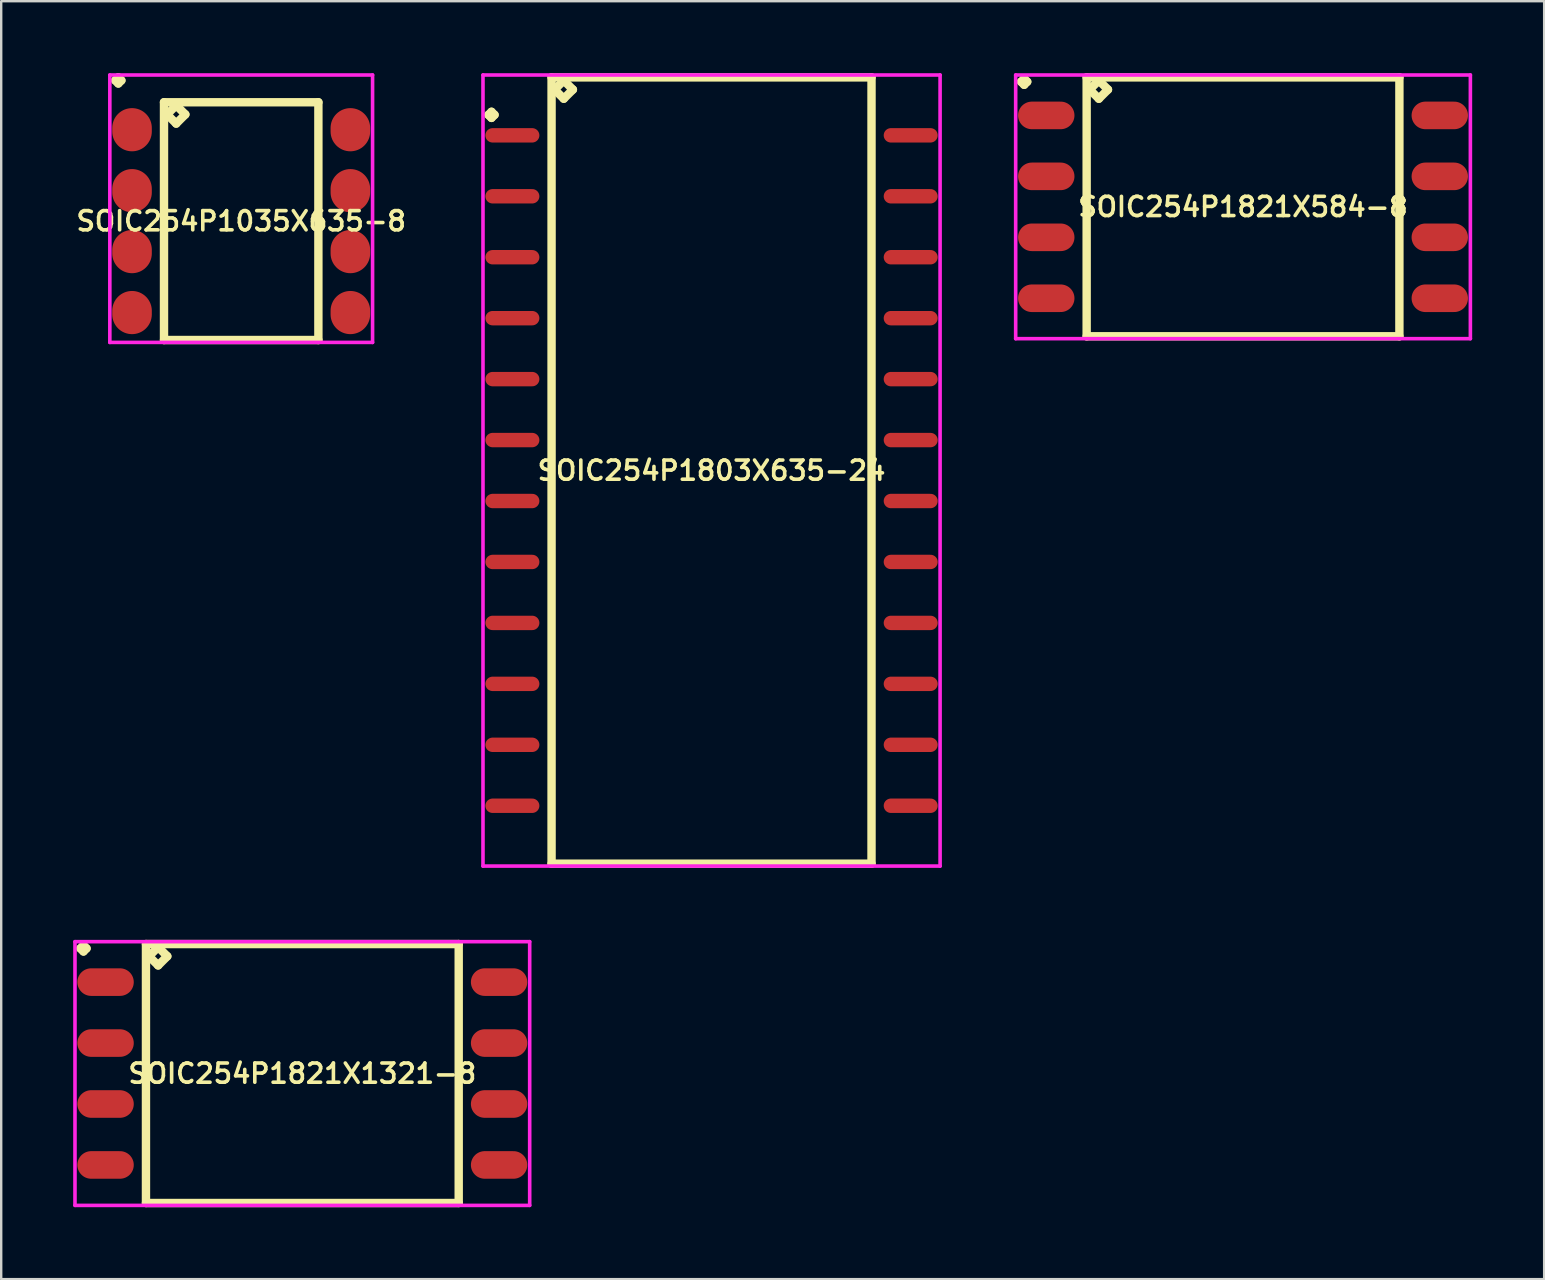
<source format=kicad_pcb>
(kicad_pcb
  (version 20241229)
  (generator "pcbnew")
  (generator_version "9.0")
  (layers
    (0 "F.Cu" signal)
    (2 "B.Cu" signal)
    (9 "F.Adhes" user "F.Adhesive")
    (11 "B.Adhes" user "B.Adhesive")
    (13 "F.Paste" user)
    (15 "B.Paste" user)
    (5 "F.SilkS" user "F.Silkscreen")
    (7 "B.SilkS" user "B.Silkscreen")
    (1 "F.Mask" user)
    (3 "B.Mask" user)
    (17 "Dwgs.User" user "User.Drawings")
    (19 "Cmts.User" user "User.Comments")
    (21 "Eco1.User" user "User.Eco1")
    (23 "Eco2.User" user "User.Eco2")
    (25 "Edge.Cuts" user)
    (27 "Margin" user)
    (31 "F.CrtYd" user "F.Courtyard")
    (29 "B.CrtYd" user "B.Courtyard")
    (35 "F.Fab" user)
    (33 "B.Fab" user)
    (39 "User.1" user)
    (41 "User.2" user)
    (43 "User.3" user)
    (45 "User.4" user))
  (footprint "SOIC254P1803X635-24"
    (layer "F.Cu")
    (at 26.604 16.56)
    (property "Reference" "SOIC254P1803X635-24" (at 0 0 0) (layer "F.SilkS") (effects (font (size 0.8 0.8) (thickness 0.15))))
    (attr smd)
    (fp_line (start -9.298 -14.824) (end -9.171 -14.951) (stroke (width 0.35) (type solid)) (layer "F.SilkS"))
    (fp_line (start -9.171 -14.951) (end -9.044 -14.824) (stroke (width 0.35) (type solid)) (layer "F.SilkS"))
    (fp_line (start -9.171 -14.697) (end -9.298 -14.824) (stroke (width 0.35) (type solid)) (layer "F.SilkS"))
    (fp_line (start -9.044 -14.824) (end -9.171 -14.697) (stroke (width 0.35) (type solid)) (layer "F.SilkS"))
    (fp_line (start -6.667 -16.385) (end -6.667 16.385) (stroke (width 0.35) (type solid)) (layer "F.SilkS"))
    (fp_line (start -6.667 16.385) (end 6.667 16.385) (stroke (width 0.35) (type solid)) (layer "F.SilkS"))
    (fp_line (start -6.54 -15.877) (end -6.159 -16.258) (stroke (width 0.35) (type solid)) (layer "F.SilkS"))
    (fp_line (start -6.159 -16.258) (end -5.778 -15.877) (stroke (width 0.35) (type solid)) (layer "F.SilkS"))
    (fp_line (start -6.159 -15.496) (end -6.54 -15.877) (stroke (width 0.35) (type solid)) (layer "F.SilkS"))
    (fp_line (start -5.778 -15.877) (end -6.159 -15.496) (stroke (width 0.35) (type solid)) (layer "F.SilkS"))
    (fp_line (start 6.667 -16.385) (end -6.667 -16.385) (stroke (width 0.35) (type solid)) (layer "F.SilkS"))
    (fp_line (start 6.667 16.385) (end 6.667 -16.385) (stroke (width 0.35) (type solid)) (layer "F.SilkS"))
    (fp_line (start -9.525 -16.485) (end 9.525 -16.485) (stroke (width 0.15) (type solid)) (layer "F.CrtYd"))
    (fp_line (start -9.525 16.485) (end -9.525 -16.485) (stroke (width 0.15) (type solid)) (layer "F.CrtYd"))
    (fp_line (start 9.525 -16.485) (end 9.525 16.485) (stroke (width 0.15) (type solid)) (layer "F.CrtYd"))
    (fp_line (start 9.525 16.485) (end -9.525 16.485) (stroke (width 0.15) (type solid)) (layer "F.CrtYd"))
    (pad "1" smd oval (at -8.3 -13.97) (size 2.25 0.6) (layers "F.Cu" "F.Mask" "F.Paste"))
    (pad "2" smd oval (at -8.3 -11.43) (size 2.25 0.6) (layers "F.Cu" "F.Mask" "F.Paste"))
    (pad "3" smd oval (at -8.3 -8.89) (size 2.25 0.6) (layers "F.Cu" "F.Mask" "F.Paste"))
    (pad "4" smd oval (at -8.3 -6.35) (size 2.25 0.6) (layers "F.Cu" "F.Mask" "F.Paste"))
    (pad "5" smd oval (at -8.3 -3.81) (size 2.25 0.6) (layers "F.Cu" "F.Mask" "F.Paste"))
    (pad "6" smd oval (at -8.3 -1.27) (size 2.25 0.6) (layers "F.Cu" "F.Mask" "F.Paste"))
    (pad "7" smd oval (at -8.3 1.27) (size 2.25 0.6) (layers "F.Cu" "F.Mask" "F.Paste"))
    (pad "8" smd oval (at -8.3 3.81) (size 2.25 0.6) (layers "F.Cu" "F.Mask" "F.Paste"))
    (pad "9" smd oval (at -8.3 6.35) (size 2.25 0.6) (layers "F.Cu" "F.Mask" "F.Paste"))
    (pad "10" smd oval (at -8.3 8.89) (size 2.25 0.6) (layers "F.Cu" "F.Mask" "F.Paste"))
    (pad "11" smd oval (at -8.3 11.43) (size 2.25 0.6) (layers "F.Cu" "F.Mask" "F.Paste"))
    (pad "12" smd oval (at -8.3 13.97) (size 2.25 0.6) (layers "F.Cu" "F.Mask" "F.Paste"))
    (pad "13" smd oval (at 8.3 13.97) (size 2.25 0.6) (layers "F.Cu" "F.Mask" "F.Paste"))
    (pad "14" smd oval (at 8.3 11.43) (size 2.25 0.6) (layers "F.Cu" "F.Mask" "F.Paste"))
    (pad "15" smd oval (at 8.3 8.89) (size 2.25 0.6) (layers "F.Cu" "F.Mask" "F.Paste"))
    (pad "16" smd oval (at 8.3 6.35) (size 2.25 0.6) (layers "F.Cu" "F.Mask" "F.Paste"))
    (pad "17" smd oval (at 8.3 3.81) (size 2.25 0.6) (layers "F.Cu" "F.Mask" "F.Paste"))
    (pad "18" smd oval (at 8.3 1.27) (size 2.25 0.6) (layers "F.Cu" "F.Mask" "F.Paste"))
    (pad "19" smd oval (at 8.3 -1.27) (size 2.25 0.6) (layers "F.Cu" "F.Mask" "F.Paste"))
    (pad "20" smd oval (at 8.3 -3.81) (size 2.25 0.6) (layers "F.Cu" "F.Mask" "F.Paste"))
    (pad "21" smd oval (at 8.3 -6.35) (size 2.25 0.6) (layers "F.Cu" "F.Mask" "F.Paste"))
    (pad "22" smd oval (at 8.3 -8.89) (size 2.25 0.6) (layers "F.Cu" "F.Mask" "F.Paste"))
    (pad "23" smd oval (at 8.3 -11.43) (size 2.25 0.6) (layers "F.Cu" "F.Mask" "F.Paste"))
    (pad "24" smd oval (at 8.3 -13.97) (size 2.25 0.6) (layers "F.Cu" "F.Mask" "F.Paste")))
  (footprint "SOIC254P1821X1321-8"
    (layer "F.Cu")
    (at 9.55 41.69)
    (property "Reference" "SOIC254P1821X1321-8" (at 0 0 0) (layer "F.SilkS") (effects (font (size 0.8 0.8) (thickness 0.15))))
    (attr smd)
    (fp_line (start -9.248 -5.214) (end -9.121 -5.341) (stroke (width 0.35) (type solid)) (layer "F.SilkS"))
    (fp_line (start -9.121 -5.341) (end -8.994 -5.214) (stroke (width 0.35) (type solid)) (layer "F.SilkS"))
    (fp_line (start -9.121 -5.087) (end -9.248 -5.214) (stroke (width 0.35) (type solid)) (layer "F.SilkS"))
    (fp_line (start -8.994 -5.214) (end -9.121 -5.087) (stroke (width 0.35) (type solid)) (layer "F.SilkS"))
    (fp_line (start -6.517 -5.395) (end -6.517 5.395) (stroke (width 0.35) (type solid)) (layer "F.SilkS"))
    (fp_line (start -6.517 5.395) (end 6.517 5.395) (stroke (width 0.35) (type solid)) (layer "F.SilkS"))
    (fp_line (start -6.39 -4.887) (end -6.009 -5.268) (stroke (width 0.35) (type solid)) (layer "F.SilkS"))
    (fp_line (start -6.009 -5.268) (end -5.628 -4.887) (stroke (width 0.35) (type solid)) (layer "F.SilkS"))
    (fp_line (start -6.009 -4.506) (end -6.39 -4.887) (stroke (width 0.35) (type solid)) (layer "F.SilkS"))
    (fp_line (start -5.628 -4.887) (end -6.009 -4.506) (stroke (width 0.35) (type solid)) (layer "F.SilkS"))
    (fp_line (start 6.517 -5.395) (end -6.517 -5.395) (stroke (width 0.35) (type solid)) (layer "F.SilkS"))
    (fp_line (start 6.517 5.395) (end 6.517 -5.395) (stroke (width 0.35) (type solid)) (layer "F.SilkS"))
    (fp_line (start -9.475 -5.495) (end 9.475 -5.495) (stroke (width 0.15) (type solid)) (layer "F.CrtYd"))
    (fp_line (start -9.475 5.495) (end -9.475 -5.495) (stroke (width 0.15) (type solid)) (layer "F.CrtYd"))
    (fp_line (start 9.475 -5.495) (end 9.475 5.495) (stroke (width 0.15) (type solid)) (layer "F.CrtYd"))
    (fp_line (start 9.475 5.495) (end -9.475 5.495) (stroke (width 0.15) (type solid)) (layer "F.CrtYd"))
    (pad "1" smd oval (at -8.2 -3.81) (size 2.35 1.15) (layers "F.Cu" "F.Mask" "F.Paste"))
    (pad "2" smd oval (at -8.2 -1.27) (size 2.35 1.15) (layers "F.Cu" "F.Mask" "F.Paste"))
    (pad "3" smd oval (at -8.2 1.27) (size 2.35 1.15) (layers "F.Cu" "F.Mask" "F.Paste"))
    (pad "4" smd oval (at -8.2 3.81) (size 2.35 1.15) (layers "F.Cu" "F.Mask" "F.Paste"))
    (pad "5" smd oval (at 8.2 3.81) (size 2.35 1.15) (layers "F.Cu" "F.Mask" "F.Paste"))
    (pad "6" smd oval (at 8.2 1.27) (size 2.35 1.15) (layers "F.Cu" "F.Mask" "F.Paste"))
    (pad "7" smd oval (at 8.2 -1.27) (size 2.35 1.15) (layers "F.Cu" "F.Mask" "F.Paste"))
    (pad "8" smd oval (at 8.2 -3.81) (size 2.35 1.15) (layers "F.Cu" "F.Mask" "F.Paste")))
  (footprint "SOIC254P1821X584-8"
    (layer "F.Cu")
    (at 48.754 5.57)
    (property "Reference" "SOIC254P1821X584-8" (at 0 0 0) (layer "F.SilkS") (effects (font (size 0.8 0.8) (thickness 0.15))))
    (attr through_hole)
    (fp_line (start -9.248 -5.214) (end -9.121 -5.341) (stroke (width 0.35) (type solid)) (layer "F.SilkS"))
    (fp_line (start -9.121 -5.341) (end -8.994 -5.214) (stroke (width 0.35) (type solid)) (layer "F.SilkS"))
    (fp_line (start -9.121 -5.087) (end -9.248 -5.214) (stroke (width 0.35) (type solid)) (layer "F.SilkS"))
    (fp_line (start -8.994 -5.214) (end -9.121 -5.087) (stroke (width 0.35) (type solid)) (layer "F.SilkS"))
    (fp_line (start -6.517 -5.395) (end -6.517 5.395) (stroke (width 0.35) (type solid)) (layer "F.SilkS"))
    (fp_line (start -6.517 5.395) (end 6.517 5.395) (stroke (width 0.35) (type solid)) (layer "F.SilkS"))
    (fp_line (start -6.39 -4.887) (end -6.009 -5.268) (stroke (width 0.35) (type solid)) (layer "F.SilkS"))
    (fp_line (start -6.009 -5.268) (end -5.628 -4.887) (stroke (width 0.35) (type solid)) (layer "F.SilkS"))
    (fp_line (start -6.009 -4.506) (end -6.39 -4.887) (stroke (width 0.35) (type solid)) (layer "F.SilkS"))
    (fp_line (start -5.628 -4.887) (end -6.009 -4.506) (stroke (width 0.35) (type solid)) (layer "F.SilkS"))
    (fp_line (start 6.517 -5.395) (end -6.517 -5.395) (stroke (width 0.35) (type solid)) (layer "F.SilkS"))
    (fp_line (start 6.517 5.395) (end 6.517 -5.395) (stroke (width 0.35) (type solid)) (layer "F.SilkS"))
    (fp_line (start -9.475 -5.495) (end 9.475 -5.495) (stroke (width 0.15) (type solid)) (layer "F.CrtYd"))
    (fp_line (start -9.475 5.495) (end -9.475 -5.495) (stroke (width 0.15) (type solid)) (layer "F.CrtYd"))
    (fp_line (start 9.475 -5.495) (end 9.475 5.495) (stroke (width 0.15) (type solid)) (layer "F.CrtYd"))
    (fp_line (start 9.475 5.495) (end -9.475 5.495) (stroke (width 0.15) (type solid)) (layer "F.CrtYd"))
    (pad "1" smd oval (at -8.2 -3.81) (size 2.35 1.15) (layers "F.Cu" "F.Mask" "F.Paste"))
    (pad "2" smd oval (at -8.2 -1.27) (size 2.35 1.15) (layers "F.Cu" "F.Mask" "F.Paste"))
    (pad "3" smd oval (at -8.2 1.27) (size 2.35 1.15) (layers "F.Cu" "F.Mask" "F.Paste"))
    (pad "4" smd oval (at -8.2 3.81) (size 2.35 1.15) (layers "F.Cu" "F.Mask" "F.Paste"))
    (pad "5" smd oval (at 8.2 3.81) (size 2.35 1.15) (layers "F.Cu" "F.Mask" "F.Paste"))
    (pad "6" smd oval (at 8.2 1.27) (size 2.35 1.15) (layers "F.Cu" "F.Mask" "F.Paste"))
    (pad "7" smd oval (at 8.2 -1.27) (size 2.35 1.15) (layers "F.Cu" "F.Mask" "F.Paste"))
    (pad "8" smd oval (at 8.2 -3.81) (size 2.35 1.15) (layers "F.Cu" "F.Mask" "F.Paste")))
  (footprint "SOIC254P1035X635-8"
    (layer "F.Cu")
    (at 7.002 6.166)
    (property "Reference" "SOIC254P1035X635-8" (at 0 0 0) (layer "F.SilkS") (effects (font (size 0.8 0.8) (thickness 0.15))))
    (attr smd)
    (fp_line (start -5.248 -5.864) (end -5.121 -5.991) (stroke (width 0.35) (type solid)) (layer "F.SilkS"))
    (fp_line (start -5.121 -5.991) (end -4.994 -5.864) (stroke (width 0.35) (type solid)) (layer "F.SilkS"))
    (fp_line (start -5.121 -5.737) (end -5.248 -5.864) (stroke (width 0.35) (type solid)) (layer "F.SilkS"))
    (fp_line (start -4.994 -5.864) (end -5.121 -5.737) (stroke (width 0.35) (type solid)) (layer "F.SilkS"))
    (fp_line (start -3.217 -4.955) (end -3.217 4.955) (stroke (width 0.35) (type solid)) (layer "F.SilkS"))
    (fp_line (start -3.217 4.955) (end 3.217 4.955) (stroke (width 0.35) (type solid)) (layer "F.SilkS"))
    (fp_line (start -3.09 -4.447) (end -2.709 -4.828) (stroke (width 0.35) (type solid)) (layer "F.SilkS"))
    (fp_line (start -2.709 -4.828) (end -2.328 -4.447) (stroke (width 0.35) (type solid)) (layer "F.SilkS"))
    (fp_line (start -2.709 -4.066) (end -3.09 -4.447) (stroke (width 0.35) (type solid)) (layer "F.SilkS"))
    (fp_line (start -2.328 -4.447) (end -2.709 -4.066) (stroke (width 0.35) (type solid)) (layer "F.SilkS"))
    (fp_line (start 3.217 -4.955) (end -3.217 -4.955) (stroke (width 0.35) (type solid)) (layer "F.SilkS"))
    (fp_line (start 3.217 4.955) (end 3.217 -4.955) (stroke (width 0.35) (type solid)) (layer "F.SilkS"))
    (fp_line (start -5.475 -6.091) (end 5.475 -6.091) (stroke (width 0.15) (type solid)) (layer "F.CrtYd"))
    (fp_line (start -5.475 5.055) (end -5.475 -6.091) (stroke (width 0.15) (type solid)) (layer "F.CrtYd"))
    (fp_line (start 5.475 -6.091) (end 5.475 5.055) (stroke (width 0.15) (type solid)) (layer "F.CrtYd"))
    (fp_line (start 5.475 5.055) (end -5.475 5.055) (stroke (width 0.15) (type solid)) (layer "F.CrtYd"))
    (pad "1" smd oval (at -4.55 -3.81) (size 1.65 1.8) (layers "F.Cu" "F.Mask" "F.Paste"))
    (pad "2" smd oval (at -4.55 -1.27) (size 1.65 1.8) (layers "F.Cu" "F.Mask" "F.Paste"))
    (pad "3" smd oval (at -4.55 1.27) (size 1.65 1.8) (layers "F.Cu" "F.Mask" "F.Paste"))
    (pad "4" smd oval (at -4.55 3.81) (size 1.65 1.8) (layers "F.Cu" "F.Mask" "F.Paste"))
    (pad "5" smd oval (at 4.55 3.81) (size 1.65 1.8) (layers "F.Cu" "F.Mask" "F.Paste"))
    (pad "6" smd oval (at 4.55 1.27) (size 1.65 1.8) (layers "F.Cu" "F.Mask" "F.Paste"))
    (pad "7" smd oval (at 4.55 -1.27) (size 1.65 1.8) (layers "F.Cu" "F.Mask" "F.Paste"))
    (pad "8" smd oval (at 4.55 -3.81) (size 1.65 1.8) (layers "F.Cu" "F.Mask" "F.Paste")))
  (gr_rect
    (start -3 -3)
    (end 61.304 50.26)
    (stroke (width 0.1) (type default))
    (fill no)
    (layer "Edge.Cuts")))
</source>
